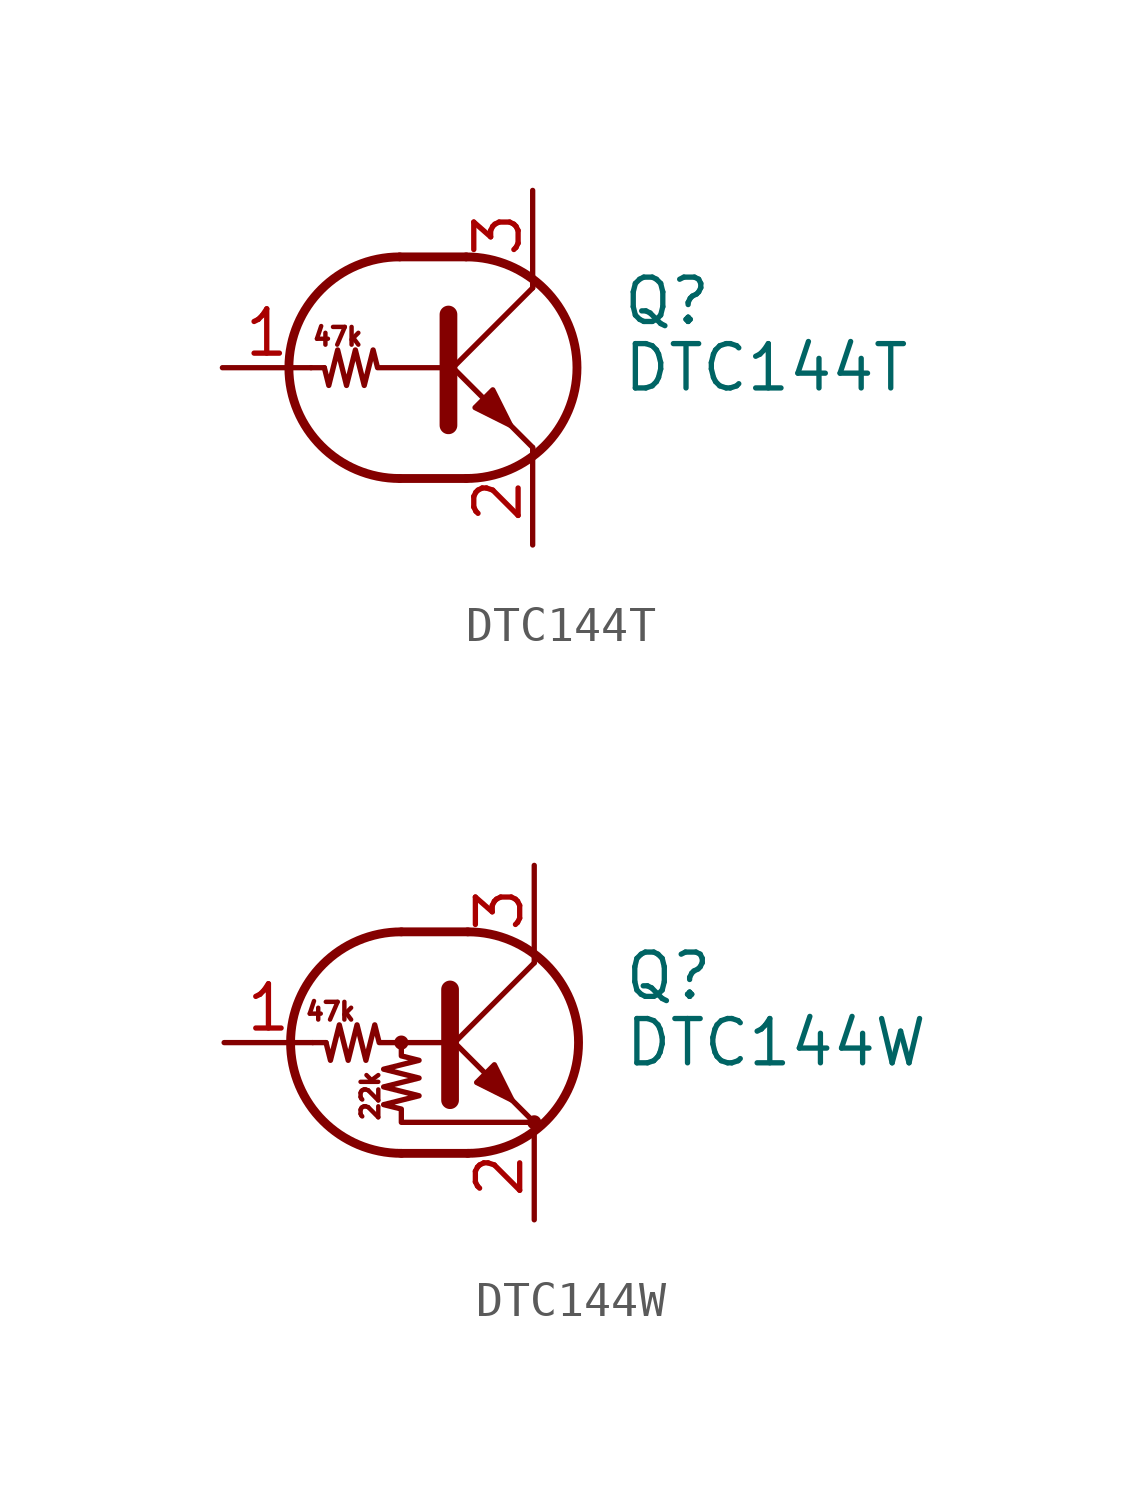
<source format=kicad_sym>
(kicad_symbol_lib
  (version 20211014)
  (generator kicad_symbol_editor)
  (symbol "DTC144T"
    (pin_names
      (offset 0) hide)
    (property "Reference" "Q"
      (at 5.08 1.905 0)
      (effects (font (size 1.27 1.27)) (justify left)))
    (property "Value" "DTC144T"
      (at 5.08 0 0)
      (effects (font (size 1.27 1.27)) (justify left)))
    (symbol "DTC144T_0_0"
      (polyline (pts (xy 2.54 -2.286) (xy 2.54 -2.54)) (stroke (width 0) (type default) (color 0 0 0 0)) (fill (type none)))
      (text "47k" (at -3.048 0.889 0) (effects (font (size 0.508 0.508)))))
    (symbol "DTC144T_0_1"
      (arc (start -1.27 3.175) (mid -4.445 0) (end -1.27 -3.175) (stroke (width 0.254) (type default) (color 0 0 0 0)) (fill (type none)))
      (polyline (pts (xy -3.429 0) (xy -3.81 0)) (stroke (width 0) (type default) (color 0 0 0 0)) (fill (type none)))
      (polyline (pts (xy -1.27 -3.175) (xy 0.635 -3.175)) (stroke (width 0.254) (type default) (color 0 0 0 0)) (fill (type none)))
      (polyline (pts (xy -1.27 3.175) (xy 0.635 3.175)) (stroke (width 0.254) (type default) (color 0 0 0 0)) (fill (type none)))
      (polyline (pts (xy 0 -0.254) (xy 2.54 2.286)) (stroke (width 0) (type default) (color 0 0 0 0)) (fill (type none)))
      (polyline (pts (xy 0.127 1.524) (xy 0.127 -1.651)) (stroke (width 0.508) (type default) (color 0 0 0 0)) (fill (type outline)))
      (polyline (pts (xy 2.54 2.286) (xy 2.54 2.54)) (stroke (width 0) (type default) (color 0 0 0 0)) (fill (type none)))
      (polyline (pts (xy 2.54 -2.286) (xy 0 0.254) (xy 0 0.254)) (stroke (width 0) (type default) (color 0 0 0 0)) (fill (type none)))
      (polyline (pts (xy 0.889 -1.143) (xy 1.397 -0.635) (xy 1.905 -1.651) (xy 0.889 -1.143)) (stroke (width 0) (type default) (color 0 0 0 0)) (fill (type outline)))
      (polyline (pts (xy 0 0) (xy -1.905 0) (xy -2.032 0.508) (xy -2.286 -0.508) (xy -2.54 0.508) (xy -2.794 -0.508) (xy -3.048 0.508) (xy -3.302 -0.508) (xy -3.429 0)) (stroke (width 0) (type default) (color 0 0 0 0)) (fill (type none)))
      (arc (start 0.635 -3.175) (mid 3.81 0) (end 0.635 3.175) (stroke (width 0.254) (type default) (color 0 0 0 0)) (fill (type none))))
    (symbol "DTC144T_1_1"
      (pin input line (at -6.35 0 0) (length 2.54) (name "B" (effects (font (size 1.27 1.27)))) (number "1" (effects (font (size 1.27 1.27)))))
      (pin passive line (at 2.54 -5.08 90) (length 2.54) (name "E" (effects (font (size 1.27 1.27)))) (number "2" (effects (font (size 1.27 1.27)))))
      (pin passive line (at 2.54 5.08 270) (length 2.54) (name "C" (effects (font (size 1.27 1.27)))) (number "3" (effects (font (size 1.27 1.27)))))))
  (symbol "DTC144W"
    (pin_names
      (offset 0) hide)
    (property "Reference" "Q"
      (at 5.08 1.905 0)
      (effects (font (size 1.27 1.27)) (justify left)))
    (property "Value" "DTC144W"
      (at 5.08 0 0)
      (effects (font (size 1.27 1.27)) (justify left)))
    (symbol "DTC144W_0_0"
      (text "22k" (at -2.159 -1.524 900) (effects (font (size 0.508 0.508))))
      (text "47k" (at -3.302 0.889 0) (effects (font (size 0.508 0.508)))))
    (symbol "DTC144W_0_1"
      (circle (center -1.27 0) (radius 0.127) (stroke (width 0) (type default) (color 0 0 0 0)) (fill (type none)))
      (arc (start -1.27 3.175) (mid -4.445 0) (end -1.27 -3.175) (stroke (width 0.254) (type default) (color 0 0 0 0)) (fill (type none)))
      (polyline (pts (xy -3.429 0) (xy -3.81 0)) (stroke (width 0) (type default) (color 0 0 0 0)) (fill (type none)))
      (polyline (pts (xy -1.27 -3.175) (xy 0.635 -3.175)) (stroke (width 0.254) (type default) (color 0 0 0 0)) (fill (type none)))
      (polyline (pts (xy -1.27 3.175) (xy 0.635 3.175)) (stroke (width 0.254) (type default) (color 0 0 0 0)) (fill (type none)))
      (polyline (pts (xy 0 -0.254) (xy 2.54 2.286)) (stroke (width 0) (type default) (color 0 0 0 0)) (fill (type none)))
      (polyline (pts (xy 0.127 1.524) (xy 0.127 -1.651)) (stroke (width 0.508) (type default) (color 0 0 0 0)) (fill (type outline)))
      (polyline (pts (xy 2.54 2.286) (xy 2.54 2.54)) (stroke (width 0) (type default) (color 0 0 0 0)) (fill (type none)))
      (polyline (pts (xy 2.54 -2.286) (xy 0 0.254) (xy 0 0.254)) (stroke (width 0) (type default) (color 0 0 0 0)) (fill (type none)))
      (polyline (pts (xy 0.889 -1.143) (xy 1.397 -0.635) (xy 1.905 -1.651) (xy 0.889 -1.143)) (stroke (width 0) (type default) (color 0 0 0 0)) (fill (type outline)))
      (polyline (pts (xy 0 0) (xy -1.905 0) (xy -2.032 0.508) (xy -2.286 -0.508) (xy -2.54 0.508) (xy -2.794 -0.508) (xy -3.048 0.508) (xy -3.302 -0.508) (xy -3.429 0)) (stroke (width 0) (type default) (color 0 0 0 0)) (fill (type none)))
      (polyline (pts (xy -1.27 0) (xy -1.27 -0.381) (xy -0.762 -0.508) (xy -1.778 -0.762) (xy -0.762 -1.016) (xy -1.778 -1.27) (xy -0.762 -1.524) (xy -1.778 -1.778) (xy -1.27 -1.905) (xy -1.27 -2.286) (xy 2.54 -2.286)) (stroke (width 0) (type default) (color 0 0 0 0)) (fill (type none)))
      (arc (start 0.635 -3.175) (mid 3.81 0) (end 0.635 3.175) (stroke (width 0.254) (type default) (color 0 0 0 0)) (fill (type none)))
      (circle (center 2.54 -2.286) (radius 0.127) (stroke (width 0) (type default) (color 0 0 0 0)) (fill (type none))))
    (symbol "DTC144W_1_1"
      (pin input line (at -6.35 0 0) (length 2.54) (name "B" (effects (font (size 1.27 1.27)))) (number "1" (effects (font (size 1.27 1.27)))))
      (pin passive line (at 2.54 -5.08 90) (length 2.54) (name "E" (effects (font (size 1.27 1.27)))) (number "2" (effects (font (size 1.27 1.27)))))
      (pin passive line (at 2.54 5.08 270) (length 2.54) (name "C" (effects (font (size 1.27 1.27)))) (number "3" (effects (font (size 1.27 1.27))))))))
</source>
